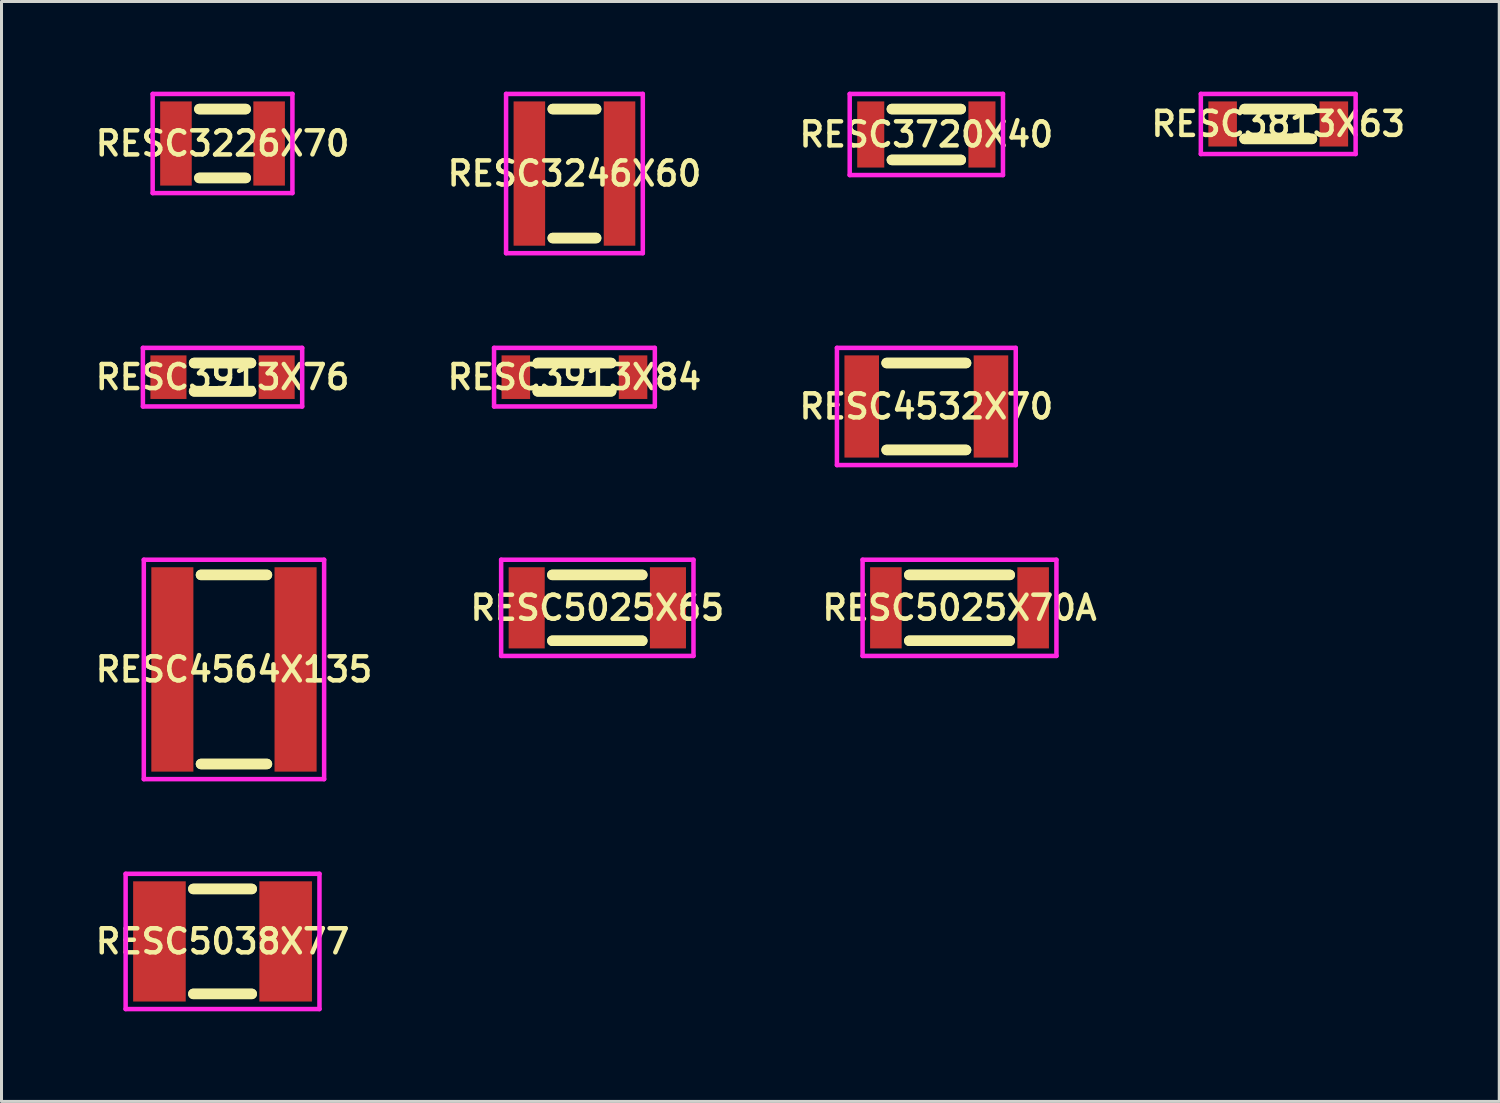
<source format=kicad_pcb>
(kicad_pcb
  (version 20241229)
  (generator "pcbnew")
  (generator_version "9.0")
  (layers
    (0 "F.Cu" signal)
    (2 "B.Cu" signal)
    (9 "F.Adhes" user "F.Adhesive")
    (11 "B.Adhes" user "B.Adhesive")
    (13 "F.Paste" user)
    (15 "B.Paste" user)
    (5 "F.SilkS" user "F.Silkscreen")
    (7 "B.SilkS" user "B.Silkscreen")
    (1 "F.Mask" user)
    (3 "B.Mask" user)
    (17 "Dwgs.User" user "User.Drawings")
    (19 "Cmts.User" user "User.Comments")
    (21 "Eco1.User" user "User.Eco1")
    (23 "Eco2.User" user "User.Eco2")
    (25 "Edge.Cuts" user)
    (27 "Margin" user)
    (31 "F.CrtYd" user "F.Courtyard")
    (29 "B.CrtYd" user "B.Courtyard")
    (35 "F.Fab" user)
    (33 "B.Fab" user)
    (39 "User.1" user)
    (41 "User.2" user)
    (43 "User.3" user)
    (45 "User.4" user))
  (footprint "RESC5025X70A"
    (layer "F.Cu")
    (at 28.877 17.175)
    (property "Reference" "RESC5025X70A" (at 0 0 0) (layer "F.SilkS") (effects (font (size 0.8 0.8) (thickness 0.15))))
    (attr smd)
    (fp_line (start -1.671 -1.096) (end 1.671 -1.096) (stroke (width 0.35) (type solid)) (layer "F.SilkS"))
    (fp_line (start -1.671 1.096) (end 1.671 1.096) (stroke (width 0.35) (type solid)) (layer "F.SilkS"))
    (fp_line (start 1.671 -1.096) (end -1.671 -1.096) (stroke (width 0.35) (type solid)) (layer "F.SilkS"))
    (fp_line (start 1.671 1.096) (end -1.671 1.096) (stroke (width 0.35) (type solid)) (layer "F.SilkS"))
    (fp_line (start -3.225 -1.6) (end 3.225 -1.6) (stroke (width 0.15) (type solid)) (layer "F.CrtYd"))
    (fp_line (start -3.225 1.6) (end -3.225 -1.6) (stroke (width 0.15) (type solid)) (layer "F.CrtYd"))
    (fp_line (start 3.225 -1.6) (end 3.225 1.6) (stroke (width 0.15) (type solid)) (layer "F.CrtYd"))
    (fp_line (start 3.225 1.6) (end -3.225 1.6) (stroke (width 0.15) (type solid)) (layer "F.CrtYd"))
    (pad "1" smd rect (at -2.45 0) (size 1.05 2.7) (layers "F.Cu" "F.Mask" "F.Paste"))
    (pad "2" smd rect (at 2.45 0) (size 1.05 2.7) (layers "F.Cu" "F.Mask" "F.Paste")))
  (footprint "RESC4564X135"
    (layer "F.Cu")
    (at 4.735 19.225)
    (property "Reference" "RESC4564X135" (at 0 0 0) (layer "F.SilkS") (effects (font (size 0.8 0.8) (thickness 0.15))))
    (attr smd)
    (fp_line (start -1.096 -3.146) (end 1.096 -3.146) (stroke (width 0.35) (type solid)) (layer "F.SilkS"))
    (fp_line (start -1.096 3.146) (end 1.096 3.146) (stroke (width 0.35) (type solid)) (layer "F.SilkS"))
    (fp_line (start 1.096 -3.146) (end -1.096 -3.146) (stroke (width 0.35) (type solid)) (layer "F.SilkS"))
    (fp_line (start 1.096 3.146) (end -1.096 3.146) (stroke (width 0.35) (type solid)) (layer "F.SilkS"))
    (fp_line (start -3 -3.65) (end 3 -3.65) (stroke (width 0.15) (type solid)) (layer "F.CrtYd"))
    (fp_line (start -3 3.65) (end -3 -3.65) (stroke (width 0.15) (type solid)) (layer "F.CrtYd"))
    (fp_line (start 3 -3.65) (end 3 3.65) (stroke (width 0.15) (type solid)) (layer "F.CrtYd"))
    (fp_line (start 3 3.65) (end -3 3.65) (stroke (width 0.15) (type solid)) (layer "F.CrtYd"))
    (pad "1" smd rect (at -2.05 0) (size 1.4 6.8) (layers "F.Cu" "F.Mask" "F.Paste"))
    (pad "2" smd rect (at 2.05 0) (size 1.4 6.8) (layers "F.Cu" "F.Mask" "F.Paste")))
  (footprint "RESC3913X76"
    (layer "F.Cu")
    (at 4.355 9.5)
    (property "Reference" "RESC3913X76" (at 0 0 0) (layer "F.SilkS") (effects (font (size 0.8 0.8) (thickness 0.15))))
    (attr smd)
    (fp_line (start -0.946 -0.471) (end 0.946 -0.471) (stroke (width 0.35) (type solid)) (layer "F.SilkS"))
    (fp_line (start -0.946 0.471) (end 0.946 0.471) (stroke (width 0.35) (type solid)) (layer "F.SilkS"))
    (fp_line (start 0.946 -0.471) (end -0.946 -0.471) (stroke (width 0.35) (type solid)) (layer "F.SilkS"))
    (fp_line (start 0.946 0.471) (end -0.946 0.471) (stroke (width 0.35) (type solid)) (layer "F.SilkS"))
    (fp_line (start -2.65 -0.975) (end 2.65 -0.975) (stroke (width 0.15) (type solid)) (layer "F.CrtYd"))
    (fp_line (start -2.65 0.975) (end -2.65 -0.975) (stroke (width 0.15) (type solid)) (layer "F.CrtYd"))
    (fp_line (start 2.65 -0.975) (end 2.65 0.975) (stroke (width 0.15) (type solid)) (layer "F.CrtYd"))
    (fp_line (start 2.65 0.975) (end -2.65 0.975) (stroke (width 0.15) (type solid)) (layer "F.CrtYd"))
    (pad "1" smd rect (at -1.8 0) (size 1.2 1.45) (layers "F.Cu" "F.Mask" "F.Paste"))
    (pad "2" smd rect (at 1.8 0) (size 1.2 1.45) (layers "F.Cu" "F.Mask" "F.Paste")))
  (footprint "RESC4532X70"
    (layer "F.Cu")
    (at 27.773 10.475)
    (property "Reference" "RESC4532X70" (at 0 0 0) (layer "F.SilkS") (effects (font (size 0.8 0.8) (thickness 0.15))))
    (attr smd)
    (fp_line (start -1.321 -1.446) (end 1.321 -1.446) (stroke (width 0.35) (type solid)) (layer "F.SilkS"))
    (fp_line (start -1.321 1.446) (end 1.321 1.446) (stroke (width 0.35) (type solid)) (layer "F.SilkS"))
    (fp_line (start 1.321 -1.446) (end -1.321 -1.446) (stroke (width 0.35) (type solid)) (layer "F.SilkS"))
    (fp_line (start 1.321 1.446) (end -1.321 1.446) (stroke (width 0.35) (type solid)) (layer "F.SilkS"))
    (fp_line (start -2.975 -1.95) (end 2.975 -1.95) (stroke (width 0.15) (type solid)) (layer "F.CrtYd"))
    (fp_line (start -2.975 1.95) (end -2.975 -1.95) (stroke (width 0.15) (type solid)) (layer "F.CrtYd"))
    (fp_line (start 2.975 -1.95) (end 2.975 1.95) (stroke (width 0.15) (type solid)) (layer "F.CrtYd"))
    (fp_line (start 2.975 1.95) (end -2.975 1.95) (stroke (width 0.15) (type solid)) (layer "F.CrtYd"))
    (pad "1" smd rect (at -2.15 0) (size 1.15 3.4) (layers "F.Cu" "F.Mask" "F.Paste"))
    (pad "2" smd rect (at 2.15 0) (size 1.15 3.4) (layers "F.Cu" "F.Mask" "F.Paste")))
  (footprint "RESC3813X63"
    (layer "F.Cu")
    (at 39.482 1.075)
    (property "Reference" "RESC3813X63" (at 0 0 0) (layer "F.SilkS") (effects (font (size 0.8 0.8) (thickness 0.15))))
    (attr smd)
    (fp_line (start -1.121 -0.496) (end 1.121 -0.496) (stroke (width 0.35) (type solid)) (layer "F.SilkS"))
    (fp_line (start -1.121 0.496) (end 1.121 0.496) (stroke (width 0.35) (type solid)) (layer "F.SilkS"))
    (fp_line (start 1.121 -0.496) (end -1.121 -0.496) (stroke (width 0.35) (type solid)) (layer "F.SilkS"))
    (fp_line (start 1.121 0.496) (end -1.121 0.496) (stroke (width 0.35) (type solid)) (layer "F.SilkS"))
    (fp_line (start -2.575 -1) (end 2.575 -1) (stroke (width 0.15) (type solid)) (layer "F.CrtYd"))
    (fp_line (start -2.575 1) (end -2.575 -1) (stroke (width 0.15) (type solid)) (layer "F.CrtYd"))
    (fp_line (start 2.575 -1) (end 2.575 1) (stroke (width 0.15) (type solid)) (layer "F.CrtYd"))
    (fp_line (start 2.575 1) (end -2.575 1) (stroke (width 0.15) (type solid)) (layer "F.CrtYd"))
    (pad "1" smd rect (at -1.85 0) (size 0.95 1.5) (layers "F.Cu" "F.Mask" "F.Paste"))
    (pad "2" smd rect (at 1.85 0) (size 0.95 1.5) (layers "F.Cu" "F.Mask" "F.Paste")))
  (footprint "RESC3226X70"
    (layer "F.Cu")
    (at 4.355 1.725)
    (property "Reference" "RESC3226X70" (at 0 0 0) (layer "F.SilkS") (effects (font (size 0.8 0.8) (thickness 0.15))))
    (attr smd)
    (fp_line (start -0.771 -1.146) (end 0.771 -1.146) (stroke (width 0.35) (type solid)) (layer "F.SilkS"))
    (fp_line (start -0.771 1.146) (end 0.771 1.146) (stroke (width 0.35) (type solid)) (layer "F.SilkS"))
    (fp_line (start 0.771 -1.146) (end -0.771 -1.146) (stroke (width 0.35) (type solid)) (layer "F.SilkS"))
    (fp_line (start 0.771 1.146) (end -0.771 1.146) (stroke (width 0.35) (type solid)) (layer "F.SilkS"))
    (fp_line (start -2.325 -1.65) (end 2.325 -1.65) (stroke (width 0.15) (type solid)) (layer "F.CrtYd"))
    (fp_line (start -2.325 1.65) (end -2.325 -1.65) (stroke (width 0.15) (type solid)) (layer "F.CrtYd"))
    (fp_line (start 2.325 -1.65) (end 2.325 1.65) (stroke (width 0.15) (type solid)) (layer "F.CrtYd"))
    (fp_line (start 2.325 1.65) (end -2.325 1.65) (stroke (width 0.15) (type solid)) (layer "F.CrtYd"))
    (pad "1" smd rect (at -1.55 0) (size 1.05 2.8) (layers "F.Cu" "F.Mask" "F.Paste"))
    (pad "2" smd rect (at 1.55 0) (size 1.05 2.8) (layers "F.Cu" "F.Mask" "F.Paste")))
  (footprint "RESC5025X65"
    (layer "F.Cu")
    (at 16.825 17.175)
    (property "Reference" "RESC5025X65" (at 0 0 0) (layer "F.SilkS") (effects (font (size 0.8 0.8) (thickness 0.15))))
    (attr smd)
    (fp_line (start -1.496 -1.096) (end 1.496 -1.096) (stroke (width 0.35) (type solid)) (layer "F.SilkS"))
    (fp_line (start -1.496 1.096) (end 1.496 1.096) (stroke (width 0.35) (type solid)) (layer "F.SilkS"))
    (fp_line (start 1.496 -1.096) (end -1.496 -1.096) (stroke (width 0.35) (type solid)) (layer "F.SilkS"))
    (fp_line (start 1.496 1.096) (end -1.496 1.096) (stroke (width 0.35) (type solid)) (layer "F.SilkS"))
    (fp_line (start -3.2 -1.6) (end 3.2 -1.6) (stroke (width 0.15) (type solid)) (layer "F.CrtYd"))
    (fp_line (start -3.2 1.6) (end -3.2 -1.6) (stroke (width 0.15) (type solid)) (layer "F.CrtYd"))
    (fp_line (start 3.2 -1.6) (end 3.2 1.6) (stroke (width 0.15) (type solid)) (layer "F.CrtYd"))
    (fp_line (start 3.2 1.6) (end -3.2 1.6) (stroke (width 0.15) (type solid)) (layer "F.CrtYd"))
    (pad "1" smd rect (at -2.35 0) (size 1.2 2.7) (layers "F.Cu" "F.Mask" "F.Paste"))
    (pad "2" smd rect (at 2.35 0) (size 1.2 2.7) (layers "F.Cu" "F.Mask" "F.Paste")))
  (footprint "RESC3913X84"
    (layer "F.Cu")
    (at 16.064 9.5)
    (property "Reference" "RESC3913X84" (at 0 0 0) (layer "F.SilkS") (effects (font (size 0.8 0.8) (thickness 0.15))))
    (attr smd)
    (fp_line (start -1.221 -0.471) (end 1.221 -0.471) (stroke (width 0.35) (type solid)) (layer "F.SilkS"))
    (fp_line (start -1.221 0.471) (end 1.221 0.471) (stroke (width 0.35) (type solid)) (layer "F.SilkS"))
    (fp_line (start 1.221 -0.471) (end -1.221 -0.471) (stroke (width 0.35) (type solid)) (layer "F.SilkS"))
    (fp_line (start 1.221 0.471) (end -1.221 0.471) (stroke (width 0.35) (type solid)) (layer "F.SilkS"))
    (fp_line (start -2.675 -0.975) (end 2.675 -0.975) (stroke (width 0.15) (type solid)) (layer "F.CrtYd"))
    (fp_line (start -2.675 0.975) (end -2.675 -0.975) (stroke (width 0.15) (type solid)) (layer "F.CrtYd"))
    (fp_line (start 2.675 -0.975) (end 2.675 0.975) (stroke (width 0.15) (type solid)) (layer "F.CrtYd"))
    (fp_line (start 2.675 0.975) (end -2.675 0.975) (stroke (width 0.15) (type solid)) (layer "F.CrtYd"))
    (pad "1" smd rect (at -1.95 0) (size 0.95 1.45) (layers "F.Cu" "F.Mask" "F.Paste"))
    (pad "2" smd rect (at 1.95 0) (size 0.95 1.45) (layers "F.Cu" "F.Mask" "F.Paste")))
  (footprint "RESC3246X60"
    (layer "F.Cu")
    (at 16.064 2.725)
    (property "Reference" "RESC3246X60" (at 0 0 0) (layer "F.SilkS") (effects (font (size 0.8 0.8) (thickness 0.15))))
    (attr smd)
    (fp_line (start -0.721 -2.146) (end 0.721 -2.146) (stroke (width 0.35) (type solid)) (layer "F.SilkS"))
    (fp_line (start -0.721 2.146) (end 0.721 2.146) (stroke (width 0.35) (type solid)) (layer "F.SilkS"))
    (fp_line (start 0.721 -2.146) (end -0.721 -2.146) (stroke (width 0.35) (type solid)) (layer "F.SilkS"))
    (fp_line (start 0.721 2.146) (end -0.721 2.146) (stroke (width 0.35) (type solid)) (layer "F.SilkS"))
    (fp_line (start -2.275 -2.65) (end 2.275 -2.65) (stroke (width 0.15) (type solid)) (layer "F.CrtYd"))
    (fp_line (start -2.275 2.65) (end -2.275 -2.65) (stroke (width 0.15) (type solid)) (layer "F.CrtYd"))
    (fp_line (start 2.275 -2.65) (end 2.275 2.65) (stroke (width 0.15) (type solid)) (layer "F.CrtYd"))
    (fp_line (start 2.275 2.65) (end -2.275 2.65) (stroke (width 0.15) (type solid)) (layer "F.CrtYd"))
    (pad "1" smd rect (at -1.5 0) (size 1.05 4.8) (layers "F.Cu" "F.Mask" "F.Paste"))
    (pad "2" smd rect (at 1.5 0) (size 1.05 4.8) (layers "F.Cu" "F.Mask" "F.Paste")))
  (footprint "RESC5038X77"
    (layer "F.Cu")
    (at 4.355 28.275)
    (property "Reference" "RESC5038X77" (at 0 0 0) (layer "F.SilkS") (effects (font (size 0.8 0.8) (thickness 0.15))))
    (attr smd)
    (fp_line (start -0.971 -1.746) (end 0.971 -1.746) (stroke (width 0.35) (type solid)) (layer "F.SilkS"))
    (fp_line (start -0.971 1.746) (end 0.971 1.746) (stroke (width 0.35) (type solid)) (layer "F.SilkS"))
    (fp_line (start 0.971 -1.746) (end -0.971 -1.746) (stroke (width 0.35) (type solid)) (layer "F.SilkS"))
    (fp_line (start 0.971 1.746) (end -0.971 1.746) (stroke (width 0.35) (type solid)) (layer "F.SilkS"))
    (fp_line (start -3.225 -2.25) (end 3.225 -2.25) (stroke (width 0.15) (type solid)) (layer "F.CrtYd"))
    (fp_line (start -3.225 2.25) (end -3.225 -2.25) (stroke (width 0.15) (type solid)) (layer "F.CrtYd"))
    (fp_line (start 3.225 -2.25) (end 3.225 2.25) (stroke (width 0.15) (type solid)) (layer "F.CrtYd"))
    (fp_line (start 3.225 2.25) (end -3.225 2.25) (stroke (width 0.15) (type solid)) (layer "F.CrtYd"))
    (pad "1" smd rect (at -2.1 0) (size 1.75 4) (layers "F.Cu" "F.Mask" "F.Paste"))
    (pad "2" smd rect (at 2.1 0) (size 1.75 4) (layers "F.Cu" "F.Mask" "F.Paste")))
  (footprint "RESC3720X40"
    (layer "F.Cu")
    (at 27.773 1.425)
    (property "Reference" "RESC3720X40" (at 0 0 0) (layer "F.SilkS") (effects (font (size 0.8 0.8) (thickness 0.15))))
    (attr smd)
    (fp_line (start -1.146 -0.846) (end 1.146 -0.846) (stroke (width 0.35) (type solid)) (layer "F.SilkS"))
    (fp_line (start -1.146 0.846) (end 1.146 0.846) (stroke (width 0.35) (type solid)) (layer "F.SilkS"))
    (fp_line (start 1.146 -0.846) (end -1.146 -0.846) (stroke (width 0.35) (type solid)) (layer "F.SilkS"))
    (fp_line (start 1.146 0.846) (end -1.146 0.846) (stroke (width 0.35) (type solid)) (layer "F.SilkS"))
    (fp_line (start -2.55 -1.35) (end 2.55 -1.35) (stroke (width 0.15) (type solid)) (layer "F.CrtYd"))
    (fp_line (start -2.55 1.35) (end -2.55 -1.35) (stroke (width 0.15) (type solid)) (layer "F.CrtYd"))
    (fp_line (start 2.55 -1.35) (end 2.55 1.35) (stroke (width 0.15) (type solid)) (layer "F.CrtYd"))
    (fp_line (start 2.55 1.35) (end -2.55 1.35) (stroke (width 0.15) (type solid)) (layer "F.CrtYd"))
    (pad "1" smd rect (at -1.85 0) (size 0.9 2.2) (layers "F.Cu" "F.Mask" "F.Paste"))
    (pad "2" smd rect (at 1.85 0) (size 0.9 2.2) (layers "F.Cu" "F.Mask" "F.Paste")))
  (gr_rect
    (start -3 -3)
    (end 46.836 33.6)
    (stroke (width 0.1) (type default))
    (fill no)
    (layer "Edge.Cuts")))
</source>
